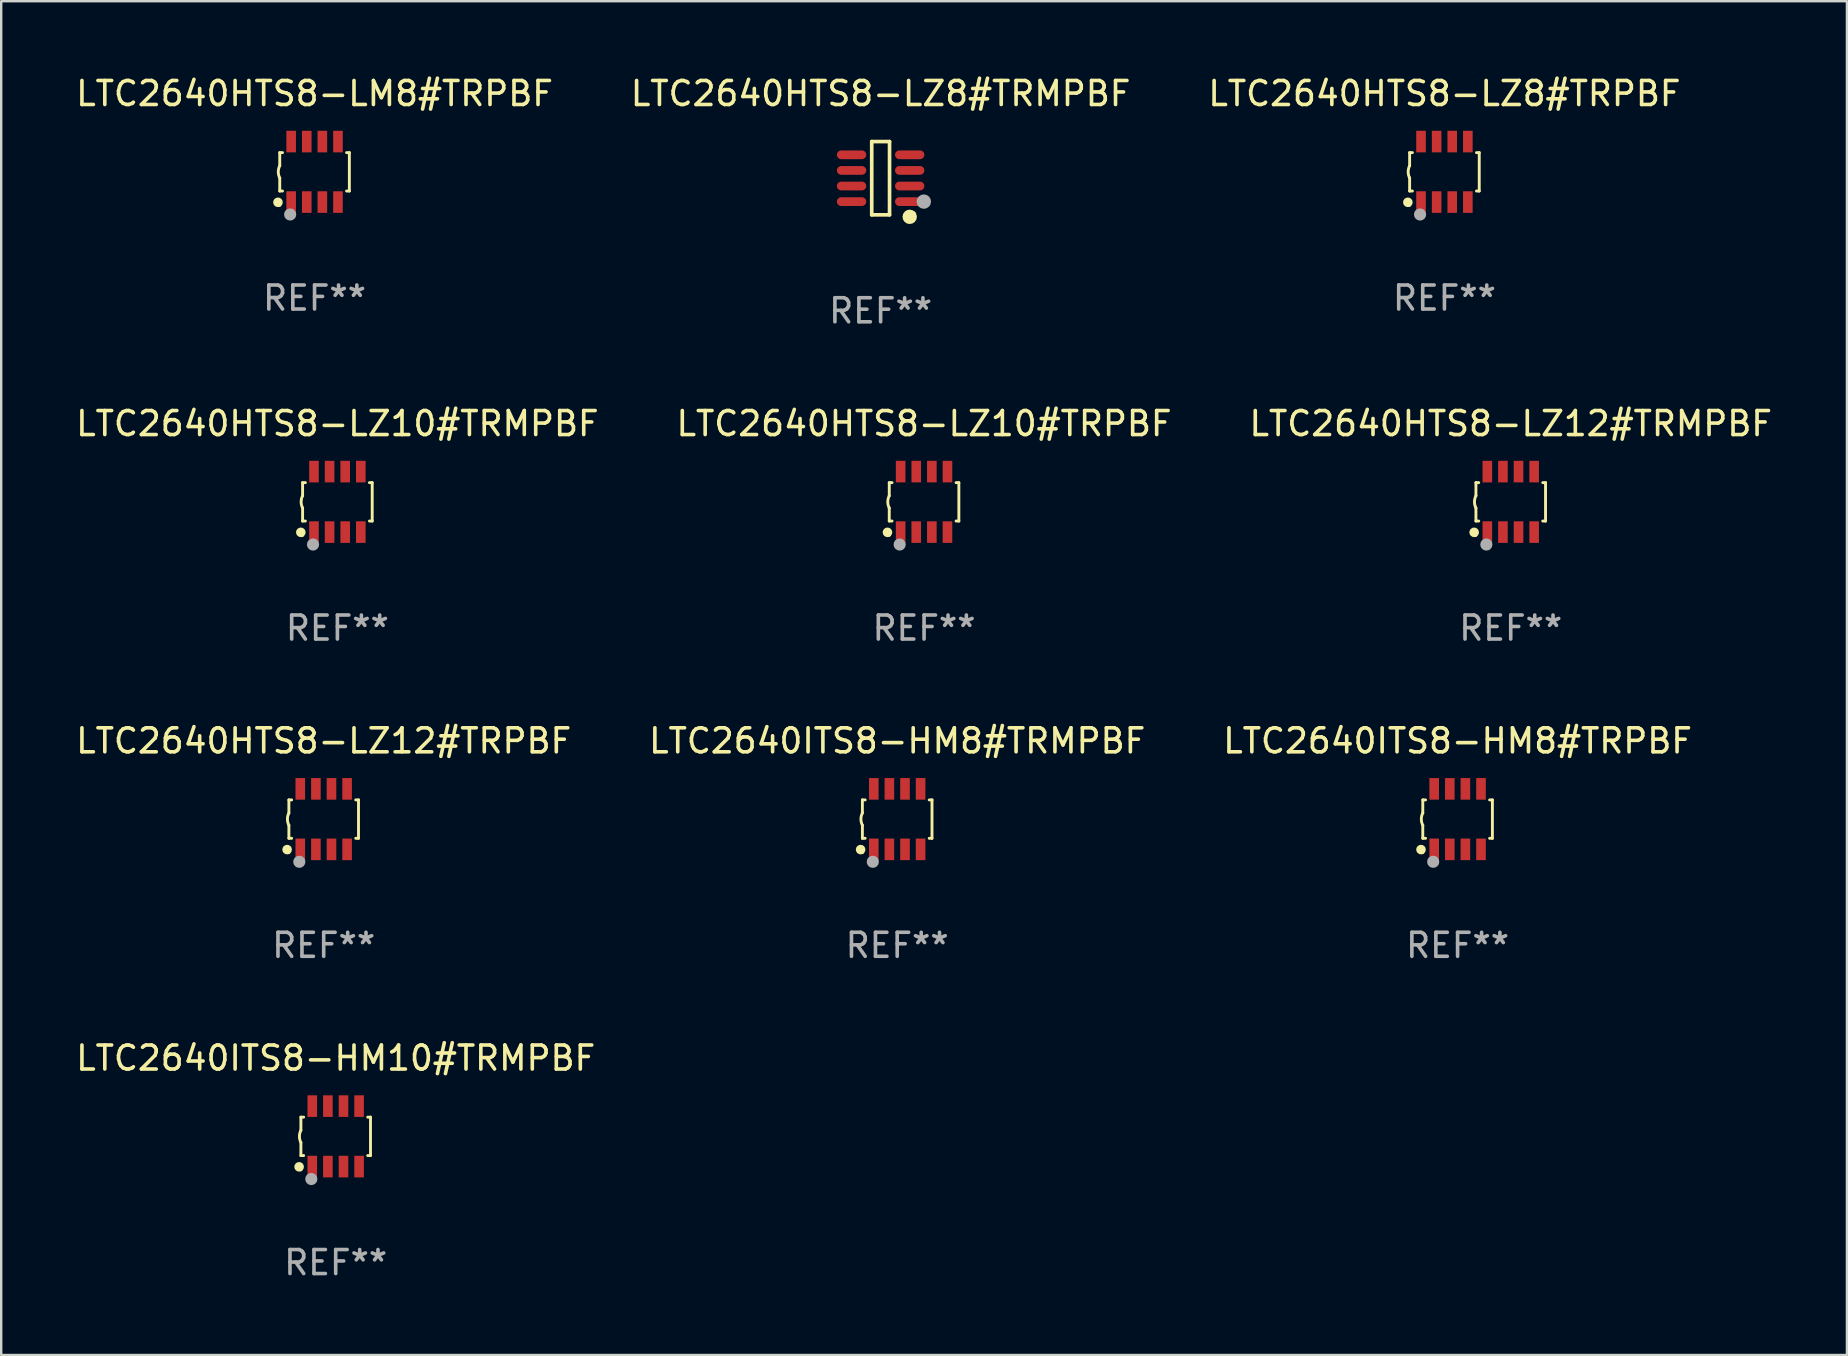
<source format=kicad_pcb>
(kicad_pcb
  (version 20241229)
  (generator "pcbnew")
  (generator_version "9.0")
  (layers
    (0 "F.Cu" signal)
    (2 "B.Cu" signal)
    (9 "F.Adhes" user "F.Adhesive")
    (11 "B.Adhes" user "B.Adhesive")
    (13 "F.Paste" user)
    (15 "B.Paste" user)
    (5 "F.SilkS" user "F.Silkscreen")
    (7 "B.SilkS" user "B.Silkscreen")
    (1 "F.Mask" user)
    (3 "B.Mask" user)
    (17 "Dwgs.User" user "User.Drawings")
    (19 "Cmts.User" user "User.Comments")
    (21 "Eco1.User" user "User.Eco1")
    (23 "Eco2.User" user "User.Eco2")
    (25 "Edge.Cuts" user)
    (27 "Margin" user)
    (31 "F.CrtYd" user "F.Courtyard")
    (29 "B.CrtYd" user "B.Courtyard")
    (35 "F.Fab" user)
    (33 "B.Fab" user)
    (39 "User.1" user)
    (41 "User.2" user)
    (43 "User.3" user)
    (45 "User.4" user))
  (footprint "LTC2640HTS8-LZ10#TRPBF"
    (layer "F.Cu")
    (at 35.446 17.857)
    (property "Reference" "LTC2640HTS8-LZ10#TRPBF" (at 0 -3.26 0) (layer "F.SilkS") (effects (font (size 1 1) (thickness 0.15))))
    (attr through_hole)
    (fp_line (start -1.45 -0.8) (end -1.45 -0.254) (stroke (width 0.12) (type solid)) (layer "F.SilkS"))
    (fp_line (start -1.45 -0.8) (end -1.334 -0.8) (stroke (width 0.12) (type solid)) (layer "F.SilkS"))
    (fp_line (start -1.45 0.8) (end -1.45 0.254) (stroke (width 0.12) (type solid)) (layer "F.SilkS"))
    (fp_line (start -1.45 0.8) (end -1.334 0.8) (stroke (width 0.12) (type solid)) (layer "F.SilkS"))
    (fp_line (start 1.334 -0.8) (end 1.45 -0.8) (stroke (width 0.12) (type solid)) (layer "F.SilkS"))
    (fp_line (start 1.334 0.8) (end 1.45 0.8) (stroke (width 0.12) (type solid)) (layer "F.SilkS"))
    (fp_line (start 1.45 0.8) (end 1.45 -0.8) (stroke (width 0.12) (type solid)) (layer "F.SilkS"))
    (fp_arc (start -1.45075 0.255144) (mid -1.510605 0.000434) (end -1.450013 -0.254102) (stroke (width 0.11999) (type solid)) (layer "F.SilkS"))
    (fp_circle (center -1.524 1.27) (end -1.424 1.27) (stroke (width 0.2) (type solid)) (fill no) (layer "F.SilkS"))
    (fp_circle (center -1.45 1.4) (end -1.42 1.4) (stroke (width 0.06) (type solid)) (fill no) (layer "F.SilkS"))
    (fp_circle (center -1.016 1.778) (end -0.889 1.778) (stroke (width 0.254) (type solid)) (fill no) (layer "F.Fab"))
    (fp_text user "REF**" (at 0 5.26 0) (layer "F.Fab") (effects (font (size 1 1) (thickness 0.15))))
    (pad "1" smd rect (at -0.975 1.26) (size 0.4 0.9) (layers "F.Cu" "F.Mask" "F.Paste"))
    (pad "2" smd rect (at -0.325 1.26) (size 0.4 0.9) (layers "F.Cu" "F.Mask" "F.Paste"))
    (pad "3" smd rect (at 0.325 1.26) (size 0.4 0.9) (layers "F.Cu" "F.Mask" "F.Paste"))
    (pad "4" smd rect (at 0.975 1.26) (size 0.4 0.9) (layers "F.Cu" "F.Mask" "F.Paste"))
    (pad "5" smd rect (at 0.975 -1.26) (size 0.4 0.9) (layers "F.Cu" "F.Mask" "F.Paste"))
    (pad "6" smd rect (at 0.325 -1.26) (size 0.4 0.9) (layers "F.Cu" "F.Mask" "F.Paste"))
    (pad "7" smd rect (at -0.325 -1.26) (size 0.4 0.9) (layers "F.Cu" "F.Mask" "F.Paste"))
    (pad "8" smd rect (at -0.975 -1.26) (size 0.4 0.9) (layers "F.Cu" "F.Mask" "F.Paste")))
  (footprint "LTC2640HTS8-LZ10#TRMPBF"
    (layer "F.Cu")
    (at 11.006 17.857)
    (property "Reference" "LTC2640HTS8-LZ10#TRMPBF" (at 0 -3.26 0) (layer "F.SilkS") (effects (font (size 1 1) (thickness 0.15))))
    (attr through_hole)
    (fp_line (start -1.45 -0.8) (end -1.45 -0.254) (stroke (width 0.12) (type solid)) (layer "F.SilkS"))
    (fp_line (start -1.45 -0.8) (end -1.334 -0.8) (stroke (width 0.12) (type solid)) (layer "F.SilkS"))
    (fp_line (start -1.45 0.8) (end -1.45 0.254) (stroke (width 0.12) (type solid)) (layer "F.SilkS"))
    (fp_line (start -1.45 0.8) (end -1.334 0.8) (stroke (width 0.12) (type solid)) (layer "F.SilkS"))
    (fp_line (start 1.334 -0.8) (end 1.45 -0.8) (stroke (width 0.12) (type solid)) (layer "F.SilkS"))
    (fp_line (start 1.334 0.8) (end 1.45 0.8) (stroke (width 0.12) (type solid)) (layer "F.SilkS"))
    (fp_line (start 1.45 0.8) (end 1.45 -0.8) (stroke (width 0.12) (type solid)) (layer "F.SilkS"))
    (fp_arc (start -1.45075 0.255144) (mid -1.510605 0.000434) (end -1.450013 -0.254102) (stroke (width 0.11999) (type solid)) (layer "F.SilkS"))
    (fp_circle (center -1.524 1.27) (end -1.424 1.27) (stroke (width 0.2) (type solid)) (fill no) (layer "F.SilkS"))
    (fp_circle (center -1.45 1.4) (end -1.42 1.4) (stroke (width 0.06) (type solid)) (fill no) (layer "F.SilkS"))
    (fp_circle (center -1.016 1.778) (end -0.889 1.778) (stroke (width 0.254) (type solid)) (fill no) (layer "F.Fab"))
    (fp_text user "REF**" (at 0 5.26 0) (layer "F.Fab") (effects (font (size 1 1) (thickness 0.15))))
    (pad "1" smd rect (at -0.975 1.26) (size 0.4 0.9) (layers "F.Cu" "F.Mask" "F.Paste"))
    (pad "2" smd rect (at -0.325 1.26) (size 0.4 0.9) (layers "F.Cu" "F.Mask" "F.Paste"))
    (pad "3" smd rect (at 0.325 1.26) (size 0.4 0.9) (layers "F.Cu" "F.Mask" "F.Paste"))
    (pad "4" smd rect (at 0.975 1.26) (size 0.4 0.9) (layers "F.Cu" "F.Mask" "F.Paste"))
    (pad "5" smd rect (at 0.975 -1.26) (size 0.4 0.9) (layers "F.Cu" "F.Mask" "F.Paste"))
    (pad "6" smd rect (at 0.325 -1.26) (size 0.4 0.9) (layers "F.Cu" "F.Mask" "F.Paste"))
    (pad "7" smd rect (at -0.325 -1.26) (size 0.4 0.9) (layers "F.Cu" "F.Mask" "F.Paste"))
    (pad "8" smd rect (at -0.975 -1.26) (size 0.4 0.9) (layers "F.Cu" "F.Mask" "F.Paste")))
  (footprint "LTC2640HTS8-LZ8#TRMPBF"
    (layer "F.Cu")
    (at 33.637 4.374)
    (property "Reference" "LTC2640HTS8-LZ8#TRMPBF" (at 0 -3.526 0) (layer "F.SilkS") (effects (font (size 1 1) (thickness 0.15))))
    (attr through_hole)
    (fp_line (start -0.371 -1.526) (end 0.371 -1.526) (stroke (width 0.152) (type solid)) (layer "F.SilkS"))
    (fp_line (start -0.371 1.526) (end -0.371 -1.526) (stroke (width 0.152) (type solid)) (layer "F.SilkS"))
    (fp_line (start 0.371 -1.526) (end 0.371 1.526) (stroke (width 0.152) (type solid)) (layer "F.SilkS"))
    (fp_line (start 0.371 1.526) (end -0.371 1.526) (stroke (width 0.152) (type solid)) (layer "F.SilkS"))
    (fp_circle (center 1.211 1.609) (end 1.361 1.609) (stroke (width 0.3) (type solid)) (fill no) (layer "F.SilkS"))
    (fp_circle (center 1.4 1.45) (end 1.43 1.45) (stroke (width 0.06) (type solid)) (fill no) (layer "F.SilkS"))
    (fp_circle (center 1.8 0.975) (end 1.95 0.975) (stroke (width 0.3) (type solid)) (fill no) (layer "F.Fab"))
    (fp_text user "REF**" (at 0 5.526 0) (layer "F.Fab") (effects (font (size 1 1) (thickness 0.15))))
    (pad "1" smd oval (at 1.211 0.975) (size 1.222 0.364) (layers "F.Cu" "F.Mask" "F.Paste"))
    (pad "2" smd oval (at 1.211 0.325) (size 1.222 0.364) (layers "F.Cu" "F.Mask" "F.Paste"))
    (pad "3" smd oval (at 1.211 -0.325) (size 1.222 0.364) (layers "F.Cu" "F.Mask" "F.Paste"))
    (pad "4" smd oval (at 1.211 -0.975) (size 1.222 0.364) (layers "F.Cu" "F.Mask" "F.Paste"))
    (pad "5" smd oval (at -1.211 -0.975) (size 1.222 0.364) (layers "F.Cu" "F.Mask" "F.Paste"))
    (pad "6" smd oval (at -1.211 -0.325) (size 1.222 0.364) (layers "F.Cu" "F.Mask" "F.Paste"))
    (pad "7" smd oval (at -1.211 0.325) (size 1.222 0.364) (layers "F.Cu" "F.Mask" "F.Paste"))
    (pad "8" smd oval (at -1.211 0.975) (size 1.222 0.364) (layers "F.Cu" "F.Mask" "F.Paste")))
  (footprint "LTC2640HTS8-LZ12#TRPBF"
    (layer "F.Cu")
    (at 10.435 31.074)
    (property "Reference" "LTC2640HTS8-LZ12#TRPBF" (at 0 -3.26 0) (layer "F.SilkS") (effects (font (size 1 1) (thickness 0.15))))
    (attr through_hole)
    (fp_line (start -1.45 -0.8) (end -1.45 -0.254) (stroke (width 0.12) (type solid)) (layer "F.SilkS"))
    (fp_line (start -1.45 -0.8) (end -1.334 -0.8) (stroke (width 0.12) (type solid)) (layer "F.SilkS"))
    (fp_line (start -1.45 0.8) (end -1.45 0.254) (stroke (width 0.12) (type solid)) (layer "F.SilkS"))
    (fp_line (start -1.45 0.8) (end -1.334 0.8) (stroke (width 0.12) (type solid)) (layer "F.SilkS"))
    (fp_line (start 1.334 -0.8) (end 1.45 -0.8) (stroke (width 0.12) (type solid)) (layer "F.SilkS"))
    (fp_line (start 1.334 0.8) (end 1.45 0.8) (stroke (width 0.12) (type solid)) (layer "F.SilkS"))
    (fp_line (start 1.45 0.8) (end 1.45 -0.8) (stroke (width 0.12) (type solid)) (layer "F.SilkS"))
    (fp_arc (start -1.45075 0.255144) (mid -1.510605 0.000434) (end -1.450013 -0.254102) (stroke (width 0.11999) (type solid)) (layer "F.SilkS"))
    (fp_circle (center -1.524 1.27) (end -1.424 1.27) (stroke (width 0.2) (type solid)) (fill no) (layer "F.SilkS"))
    (fp_circle (center -1.45 1.4) (end -1.42 1.4) (stroke (width 0.06) (type solid)) (fill no) (layer "F.SilkS"))
    (fp_circle (center -1.016 1.778) (end -0.889 1.778) (stroke (width 0.254) (type solid)) (fill no) (layer "F.Fab"))
    (fp_text user "REF**" (at 0 5.26 0) (layer "F.Fab") (effects (font (size 1 1) (thickness 0.15))))
    (pad "1" smd rect (at -0.975 1.26) (size 0.4 0.9) (layers "F.Cu" "F.Mask" "F.Paste"))
    (pad "2" smd rect (at -0.325 1.26) (size 0.4 0.9) (layers "F.Cu" "F.Mask" "F.Paste"))
    (pad "3" smd rect (at 0.325 1.26) (size 0.4 0.9) (layers "F.Cu" "F.Mask" "F.Paste"))
    (pad "4" smd rect (at 0.975 1.26) (size 0.4 0.9) (layers "F.Cu" "F.Mask" "F.Paste"))
    (pad "5" smd rect (at 0.975 -1.26) (size 0.4 0.9) (layers "F.Cu" "F.Mask" "F.Paste"))
    (pad "6" smd rect (at 0.325 -1.26) (size 0.4 0.9) (layers "F.Cu" "F.Mask" "F.Paste"))
    (pad "7" smd rect (at -0.325 -1.26) (size 0.4 0.9) (layers "F.Cu" "F.Mask" "F.Paste"))
    (pad "8" smd rect (at -0.975 -1.26) (size 0.4 0.9) (layers "F.Cu" "F.Mask" "F.Paste")))
  (footprint "LTC2640ITS8-HM8#TRMPBF"
    (layer "F.Cu")
    (at 34.327 31.074)
    (property "Reference" "LTC2640ITS8-HM8#TRMPBF" (at 0 -3.26 0) (layer "F.SilkS") (effects (font (size 1 1) (thickness 0.15))))
    (attr through_hole)
    (fp_line (start -1.45 -0.8) (end -1.45 -0.254) (stroke (width 0.12) (type solid)) (layer "F.SilkS"))
    (fp_line (start -1.45 -0.8) (end -1.334 -0.8) (stroke (width 0.12) (type solid)) (layer "F.SilkS"))
    (fp_line (start -1.45 0.8) (end -1.45 0.254) (stroke (width 0.12) (type solid)) (layer "F.SilkS"))
    (fp_line (start -1.45 0.8) (end -1.334 0.8) (stroke (width 0.12) (type solid)) (layer "F.SilkS"))
    (fp_line (start 1.334 -0.8) (end 1.45 -0.8) (stroke (width 0.12) (type solid)) (layer "F.SilkS"))
    (fp_line (start 1.334 0.8) (end 1.45 0.8) (stroke (width 0.12) (type solid)) (layer "F.SilkS"))
    (fp_line (start 1.45 0.8) (end 1.45 -0.8) (stroke (width 0.12) (type solid)) (layer "F.SilkS"))
    (fp_arc (start -1.45075 0.255144) (mid -1.510605 0.000434) (end -1.450013 -0.254102) (stroke (width 0.11999) (type solid)) (layer "F.SilkS"))
    (fp_circle (center -1.524 1.27) (end -1.424 1.27) (stroke (width 0.2) (type solid)) (fill no) (layer "F.SilkS"))
    (fp_circle (center -1.45 1.4) (end -1.42 1.4) (stroke (width 0.06) (type solid)) (fill no) (layer "F.SilkS"))
    (fp_circle (center -1.016 1.778) (end -0.889 1.778) (stroke (width 0.254) (type solid)) (fill no) (layer "F.Fab"))
    (fp_text user "REF**" (at 0 5.26 0) (layer "F.Fab") (effects (font (size 1 1) (thickness 0.15))))
    (pad "1" smd rect (at -0.975 1.26) (size 0.4 0.9) (layers "F.Cu" "F.Mask" "F.Paste"))
    (pad "2" smd rect (at -0.325 1.26) (size 0.4 0.9) (layers "F.Cu" "F.Mask" "F.Paste"))
    (pad "3" smd rect (at 0.325 1.26) (size 0.4 0.9) (layers "F.Cu" "F.Mask" "F.Paste"))
    (pad "4" smd rect (at 0.975 1.26) (size 0.4 0.9) (layers "F.Cu" "F.Mask" "F.Paste"))
    (pad "5" smd rect (at 0.975 -1.26) (size 0.4 0.9) (layers "F.Cu" "F.Mask" "F.Paste"))
    (pad "6" smd rect (at 0.325 -1.26) (size 0.4 0.9) (layers "F.Cu" "F.Mask" "F.Paste"))
    (pad "7" smd rect (at -0.325 -1.26) (size 0.4 0.9) (layers "F.Cu" "F.Mask" "F.Paste"))
    (pad "8" smd rect (at -0.975 -1.26) (size 0.4 0.9) (layers "F.Cu" "F.Mask" "F.Paste")))
  (footprint "LTC2640HTS8-LM8#TRPBF"
    (layer "F.Cu")
    (at 10.054 4.108)
    (property "Reference" "LTC2640HTS8-LM8#TRPBF" (at 0 -3.26 0) (layer "F.SilkS") (effects (font (size 1 1) (thickness 0.15))))
    (attr through_hole)
    (fp_line (start -1.45 -0.8) (end -1.45 -0.254) (stroke (width 0.12) (type solid)) (layer "F.SilkS"))
    (fp_line (start -1.45 -0.8) (end -1.334 -0.8) (stroke (width 0.12) (type solid)) (layer "F.SilkS"))
    (fp_line (start -1.45 0.8) (end -1.45 0.254) (stroke (width 0.12) (type solid)) (layer "F.SilkS"))
    (fp_line (start -1.45 0.8) (end -1.334 0.8) (stroke (width 0.12) (type solid)) (layer "F.SilkS"))
    (fp_line (start 1.334 -0.8) (end 1.45 -0.8) (stroke (width 0.12) (type solid)) (layer "F.SilkS"))
    (fp_line (start 1.334 0.8) (end 1.45 0.8) (stroke (width 0.12) (type solid)) (layer "F.SilkS"))
    (fp_line (start 1.45 0.8) (end 1.45 -0.8) (stroke (width 0.12) (type solid)) (layer "F.SilkS"))
    (fp_arc (start -1.45075 0.255144) (mid -1.510605 0.000434) (end -1.450013 -0.254102) (stroke (width 0.11999) (type solid)) (layer "F.SilkS"))
    (fp_circle (center -1.524 1.27) (end -1.424 1.27) (stroke (width 0.2) (type solid)) (fill no) (layer "F.SilkS"))
    (fp_circle (center -1.45 1.4) (end -1.42 1.4) (stroke (width 0.06) (type solid)) (fill no) (layer "F.SilkS"))
    (fp_circle (center -1.016 1.778) (end -0.889 1.778) (stroke (width 0.254) (type solid)) (fill no) (layer "F.Fab"))
    (fp_text user "REF**" (at 0 5.26 0) (layer "F.Fab") (effects (font (size 1 1) (thickness 0.15))))
    (pad "1" smd rect (at -0.975 1.26) (size 0.4 0.9) (layers "F.Cu" "F.Mask" "F.Paste"))
    (pad "2" smd rect (at -0.325 1.26) (size 0.4 0.9) (layers "F.Cu" "F.Mask" "F.Paste"))
    (pad "3" smd rect (at 0.325 1.26) (size 0.4 0.9) (layers "F.Cu" "F.Mask" "F.Paste"))
    (pad "4" smd rect (at 0.975 1.26) (size 0.4 0.9) (layers "F.Cu" "F.Mask" "F.Paste"))
    (pad "5" smd rect (at 0.975 -1.26) (size 0.4 0.9) (layers "F.Cu" "F.Mask" "F.Paste"))
    (pad "6" smd rect (at 0.325 -1.26) (size 0.4 0.9) (layers "F.Cu" "F.Mask" "F.Paste"))
    (pad "7" smd rect (at -0.325 -1.26) (size 0.4 0.9) (layers "F.Cu" "F.Mask" "F.Paste"))
    (pad "8" smd rect (at -0.975 -1.26) (size 0.4 0.9) (layers "F.Cu" "F.Mask" "F.Paste")))
  (footprint "LTC2640ITS8-HM10#TRMPBF"
    (layer "F.Cu")
    (at 10.935 44.29)
    (property "Reference" "LTC2640ITS8-HM10#TRMPBF" (at 0 -3.26 0) (layer "F.SilkS") (effects (font (size 1 1) (thickness 0.15))))
    (attr through_hole)
    (fp_line (start -1.45 -0.8) (end -1.45 -0.254) (stroke (width 0.12) (type solid)) (layer "F.SilkS"))
    (fp_line (start -1.45 -0.8) (end -1.334 -0.8) (stroke (width 0.12) (type solid)) (layer "F.SilkS"))
    (fp_line (start -1.45 0.8) (end -1.45 0.254) (stroke (width 0.12) (type solid)) (layer "F.SilkS"))
    (fp_line (start -1.45 0.8) (end -1.334 0.8) (stroke (width 0.12) (type solid)) (layer "F.SilkS"))
    (fp_line (start 1.334 -0.8) (end 1.45 -0.8) (stroke (width 0.12) (type solid)) (layer "F.SilkS"))
    (fp_line (start 1.334 0.8) (end 1.45 0.8) (stroke (width 0.12) (type solid)) (layer "F.SilkS"))
    (fp_line (start 1.45 0.8) (end 1.45 -0.8) (stroke (width 0.12) (type solid)) (layer "F.SilkS"))
    (fp_arc (start -1.45075 0.255144) (mid -1.510605 0.000434) (end -1.450013 -0.254102) (stroke (width 0.11999) (type solid)) (layer "F.SilkS"))
    (fp_circle (center -1.524 1.27) (end -1.424 1.27) (stroke (width 0.2) (type solid)) (fill no) (layer "F.SilkS"))
    (fp_circle (center -1.45 1.4) (end -1.42 1.4) (stroke (width 0.06) (type solid)) (fill no) (layer "F.SilkS"))
    (fp_circle (center -1.016 1.778) (end -0.889 1.778) (stroke (width 0.254) (type solid)) (fill no) (layer "F.Fab"))
    (fp_text user "REF**" (at 0 5.26 0) (layer "F.Fab") (effects (font (size 1 1) (thickness 0.15))))
    (pad "1" smd rect (at -0.975 1.26) (size 0.4 0.9) (layers "F.Cu" "F.Mask" "F.Paste"))
    (pad "2" smd rect (at -0.325 1.26) (size 0.4 0.9) (layers "F.Cu" "F.Mask" "F.Paste"))
    (pad "3" smd rect (at 0.325 1.26) (size 0.4 0.9) (layers "F.Cu" "F.Mask" "F.Paste"))
    (pad "4" smd rect (at 0.975 1.26) (size 0.4 0.9) (layers "F.Cu" "F.Mask" "F.Paste"))
    (pad "5" smd rect (at 0.975 -1.26) (size 0.4 0.9) (layers "F.Cu" "F.Mask" "F.Paste"))
    (pad "6" smd rect (at 0.325 -1.26) (size 0.4 0.9) (layers "F.Cu" "F.Mask" "F.Paste"))
    (pad "7" smd rect (at -0.325 -1.26) (size 0.4 0.9) (layers "F.Cu" "F.Mask" "F.Paste"))
    (pad "8" smd rect (at -0.975 -1.26) (size 0.4 0.9) (layers "F.Cu" "F.Mask" "F.Paste")))
  (footprint "LTC2640ITS8-HM8#TRPBF"
    (layer "F.Cu")
    (at 57.673 31.074)
    (property "Reference" "LTC2640ITS8-HM8#TRPBF" (at 0 -3.26 0) (layer "F.SilkS") (effects (font (size 1 1) (thickness 0.15))))
    (attr through_hole)
    (fp_line (start -1.45 -0.8) (end -1.45 -0.254) (stroke (width 0.12) (type solid)) (layer "F.SilkS"))
    (fp_line (start -1.45 -0.8) (end -1.334 -0.8) (stroke (width 0.12) (type solid)) (layer "F.SilkS"))
    (fp_line (start -1.45 0.8) (end -1.45 0.254) (stroke (width 0.12) (type solid)) (layer "F.SilkS"))
    (fp_line (start -1.45 0.8) (end -1.334 0.8) (stroke (width 0.12) (type solid)) (layer "F.SilkS"))
    (fp_line (start 1.334 -0.8) (end 1.45 -0.8) (stroke (width 0.12) (type solid)) (layer "F.SilkS"))
    (fp_line (start 1.334 0.8) (end 1.45 0.8) (stroke (width 0.12) (type solid)) (layer "F.SilkS"))
    (fp_line (start 1.45 0.8) (end 1.45 -0.8) (stroke (width 0.12) (type solid)) (layer "F.SilkS"))
    (fp_arc (start -1.45075 0.255144) (mid -1.510605 0.000434) (end -1.450013 -0.254102) (stroke (width 0.11999) (type solid)) (layer "F.SilkS"))
    (fp_circle (center -1.524 1.27) (end -1.424 1.27) (stroke (width 0.2) (type solid)) (fill no) (layer "F.SilkS"))
    (fp_circle (center -1.45 1.4) (end -1.42 1.4) (stroke (width 0.06) (type solid)) (fill no) (layer "F.SilkS"))
    (fp_circle (center -1.016 1.778) (end -0.889 1.778) (stroke (width 0.254) (type solid)) (fill no) (layer "F.Fab"))
    (fp_text user "REF**" (at 0 5.26 0) (layer "F.Fab") (effects (font (size 1 1) (thickness 0.15))))
    (pad "1" smd rect (at -0.975 1.26) (size 0.4 0.9) (layers "F.Cu" "F.Mask" "F.Paste"))
    (pad "2" smd rect (at -0.325 1.26) (size 0.4 0.9) (layers "F.Cu" "F.Mask" "F.Paste"))
    (pad "3" smd rect (at 0.325 1.26) (size 0.4 0.9) (layers "F.Cu" "F.Mask" "F.Paste"))
    (pad "4" smd rect (at 0.975 1.26) (size 0.4 0.9) (layers "F.Cu" "F.Mask" "F.Paste"))
    (pad "5" smd rect (at 0.975 -1.26) (size 0.4 0.9) (layers "F.Cu" "F.Mask" "F.Paste"))
    (pad "6" smd rect (at 0.325 -1.26) (size 0.4 0.9) (layers "F.Cu" "F.Mask" "F.Paste"))
    (pad "7" smd rect (at -0.325 -1.26) (size 0.4 0.9) (layers "F.Cu" "F.Mask" "F.Paste"))
    (pad "8" smd rect (at -0.975 -1.26) (size 0.4 0.9) (layers "F.Cu" "F.Mask" "F.Paste")))
  (footprint "LTC2640HTS8-LZ12#TRMPBF"
    (layer "F.Cu")
    (at 59.887 17.857)
    (property "Reference" "LTC2640HTS8-LZ12#TRMPBF" (at 0 -3.26 0) (layer "F.SilkS") (effects (font (size 1 1) (thickness 0.15))))
    (attr through_hole)
    (fp_line (start -1.45 -0.8) (end -1.45 -0.254) (stroke (width 0.12) (type solid)) (layer "F.SilkS"))
    (fp_line (start -1.45 -0.8) (end -1.334 -0.8) (stroke (width 0.12) (type solid)) (layer "F.SilkS"))
    (fp_line (start -1.45 0.8) (end -1.45 0.254) (stroke (width 0.12) (type solid)) (layer "F.SilkS"))
    (fp_line (start -1.45 0.8) (end -1.334 0.8) (stroke (width 0.12) (type solid)) (layer "F.SilkS"))
    (fp_line (start 1.334 -0.8) (end 1.45 -0.8) (stroke (width 0.12) (type solid)) (layer "F.SilkS"))
    (fp_line (start 1.334 0.8) (end 1.45 0.8) (stroke (width 0.12) (type solid)) (layer "F.SilkS"))
    (fp_line (start 1.45 0.8) (end 1.45 -0.8) (stroke (width 0.12) (type solid)) (layer "F.SilkS"))
    (fp_arc (start -1.45075 0.255144) (mid -1.510605 0.000434) (end -1.450013 -0.254102) (stroke (width 0.11999) (type solid)) (layer "F.SilkS"))
    (fp_circle (center -1.524 1.27) (end -1.424 1.27) (stroke (width 0.2) (type solid)) (fill no) (layer "F.SilkS"))
    (fp_circle (center -1.45 1.4) (end -1.42 1.4) (stroke (width 0.06) (type solid)) (fill no) (layer "F.SilkS"))
    (fp_circle (center -1.016 1.778) (end -0.889 1.778) (stroke (width 0.254) (type solid)) (fill no) (layer "F.Fab"))
    (fp_text user "REF**" (at 0 5.26 0) (layer "F.Fab") (effects (font (size 1 1) (thickness 0.15))))
    (pad "1" smd rect (at -0.975 1.26) (size 0.4 0.9) (layers "F.Cu" "F.Mask" "F.Paste"))
    (pad "2" smd rect (at -0.325 1.26) (size 0.4 0.9) (layers "F.Cu" "F.Mask" "F.Paste"))
    (pad "3" smd rect (at 0.325 1.26) (size 0.4 0.9) (layers "F.Cu" "F.Mask" "F.Paste"))
    (pad "4" smd rect (at 0.975 1.26) (size 0.4 0.9) (layers "F.Cu" "F.Mask" "F.Paste"))
    (pad "5" smd rect (at 0.975 -1.26) (size 0.4 0.9) (layers "F.Cu" "F.Mask" "F.Paste"))
    (pad "6" smd rect (at 0.325 -1.26) (size 0.4 0.9) (layers "F.Cu" "F.Mask" "F.Paste"))
    (pad "7" smd rect (at -0.325 -1.26) (size 0.4 0.9) (layers "F.Cu" "F.Mask" "F.Paste"))
    (pad "8" smd rect (at -0.975 -1.26) (size 0.4 0.9) (layers "F.Cu" "F.Mask" "F.Paste")))
  (footprint "LTC2640HTS8-LZ8#TRPBF"
    (layer "F.Cu")
    (at 57.125 4.108)
    (property "Reference" "LTC2640HTS8-LZ8#TRPBF" (at 0 -3.26 0) (layer "F.SilkS") (effects (font (size 1 1) (thickness 0.15))))
    (attr through_hole)
    (fp_line (start -1.45 -0.8) (end -1.45 -0.254) (stroke (width 0.12) (type solid)) (layer "F.SilkS"))
    (fp_line (start -1.45 -0.8) (end -1.334 -0.8) (stroke (width 0.12) (type solid)) (layer "F.SilkS"))
    (fp_line (start -1.45 0.8) (end -1.45 0.254) (stroke (width 0.12) (type solid)) (layer "F.SilkS"))
    (fp_line (start -1.45 0.8) (end -1.334 0.8) (stroke (width 0.12) (type solid)) (layer "F.SilkS"))
    (fp_line (start 1.334 -0.8) (end 1.45 -0.8) (stroke (width 0.12) (type solid)) (layer "F.SilkS"))
    (fp_line (start 1.334 0.8) (end 1.45 0.8) (stroke (width 0.12) (type solid)) (layer "F.SilkS"))
    (fp_line (start 1.45 0.8) (end 1.45 -0.8) (stroke (width 0.12) (type solid)) (layer "F.SilkS"))
    (fp_arc (start -1.45075 0.255144) (mid -1.510605 0.000434) (end -1.450013 -0.254102) (stroke (width 0.11999) (type solid)) (layer "F.SilkS"))
    (fp_circle (center -1.524 1.27) (end -1.424 1.27) (stroke (width 0.2) (type solid)) (fill no) (layer "F.SilkS"))
    (fp_circle (center -1.45 1.4) (end -1.42 1.4) (stroke (width 0.06) (type solid)) (fill no) (layer "F.SilkS"))
    (fp_circle (center -1.016 1.778) (end -0.889 1.778) (stroke (width 0.254) (type solid)) (fill no) (layer "F.Fab"))
    (fp_text user "REF**" (at 0 5.26 0) (layer "F.Fab") (effects (font (size 1 1) (thickness 0.15))))
    (pad "1" smd rect (at -0.975 1.26) (size 0.4 0.9) (layers "F.Cu" "F.Mask" "F.Paste"))
    (pad "2" smd rect (at -0.325 1.26) (size 0.4 0.9) (layers "F.Cu" "F.Mask" "F.Paste"))
    (pad "3" smd rect (at 0.325 1.26) (size 0.4 0.9) (layers "F.Cu" "F.Mask" "F.Paste"))
    (pad "4" smd rect (at 0.975 1.26) (size 0.4 0.9) (layers "F.Cu" "F.Mask" "F.Paste"))
    (pad "5" smd rect (at 0.975 -1.26) (size 0.4 0.9) (layers "F.Cu" "F.Mask" "F.Paste"))
    (pad "6" smd rect (at 0.325 -1.26) (size 0.4 0.9) (layers "F.Cu" "F.Mask" "F.Paste"))
    (pad "7" smd rect (at -0.325 -1.26) (size 0.4 0.9) (layers "F.Cu" "F.Mask" "F.Paste"))
    (pad "8" smd rect (at -0.975 -1.26) (size 0.4 0.9) (layers "F.Cu" "F.Mask" "F.Paste")))
  (gr_rect
    (start -3 -3)
    (end 73.893 53.398)
    (stroke (width 0.1) (type default))
    (fill no)
    (layer "Edge.Cuts")))
</source>
